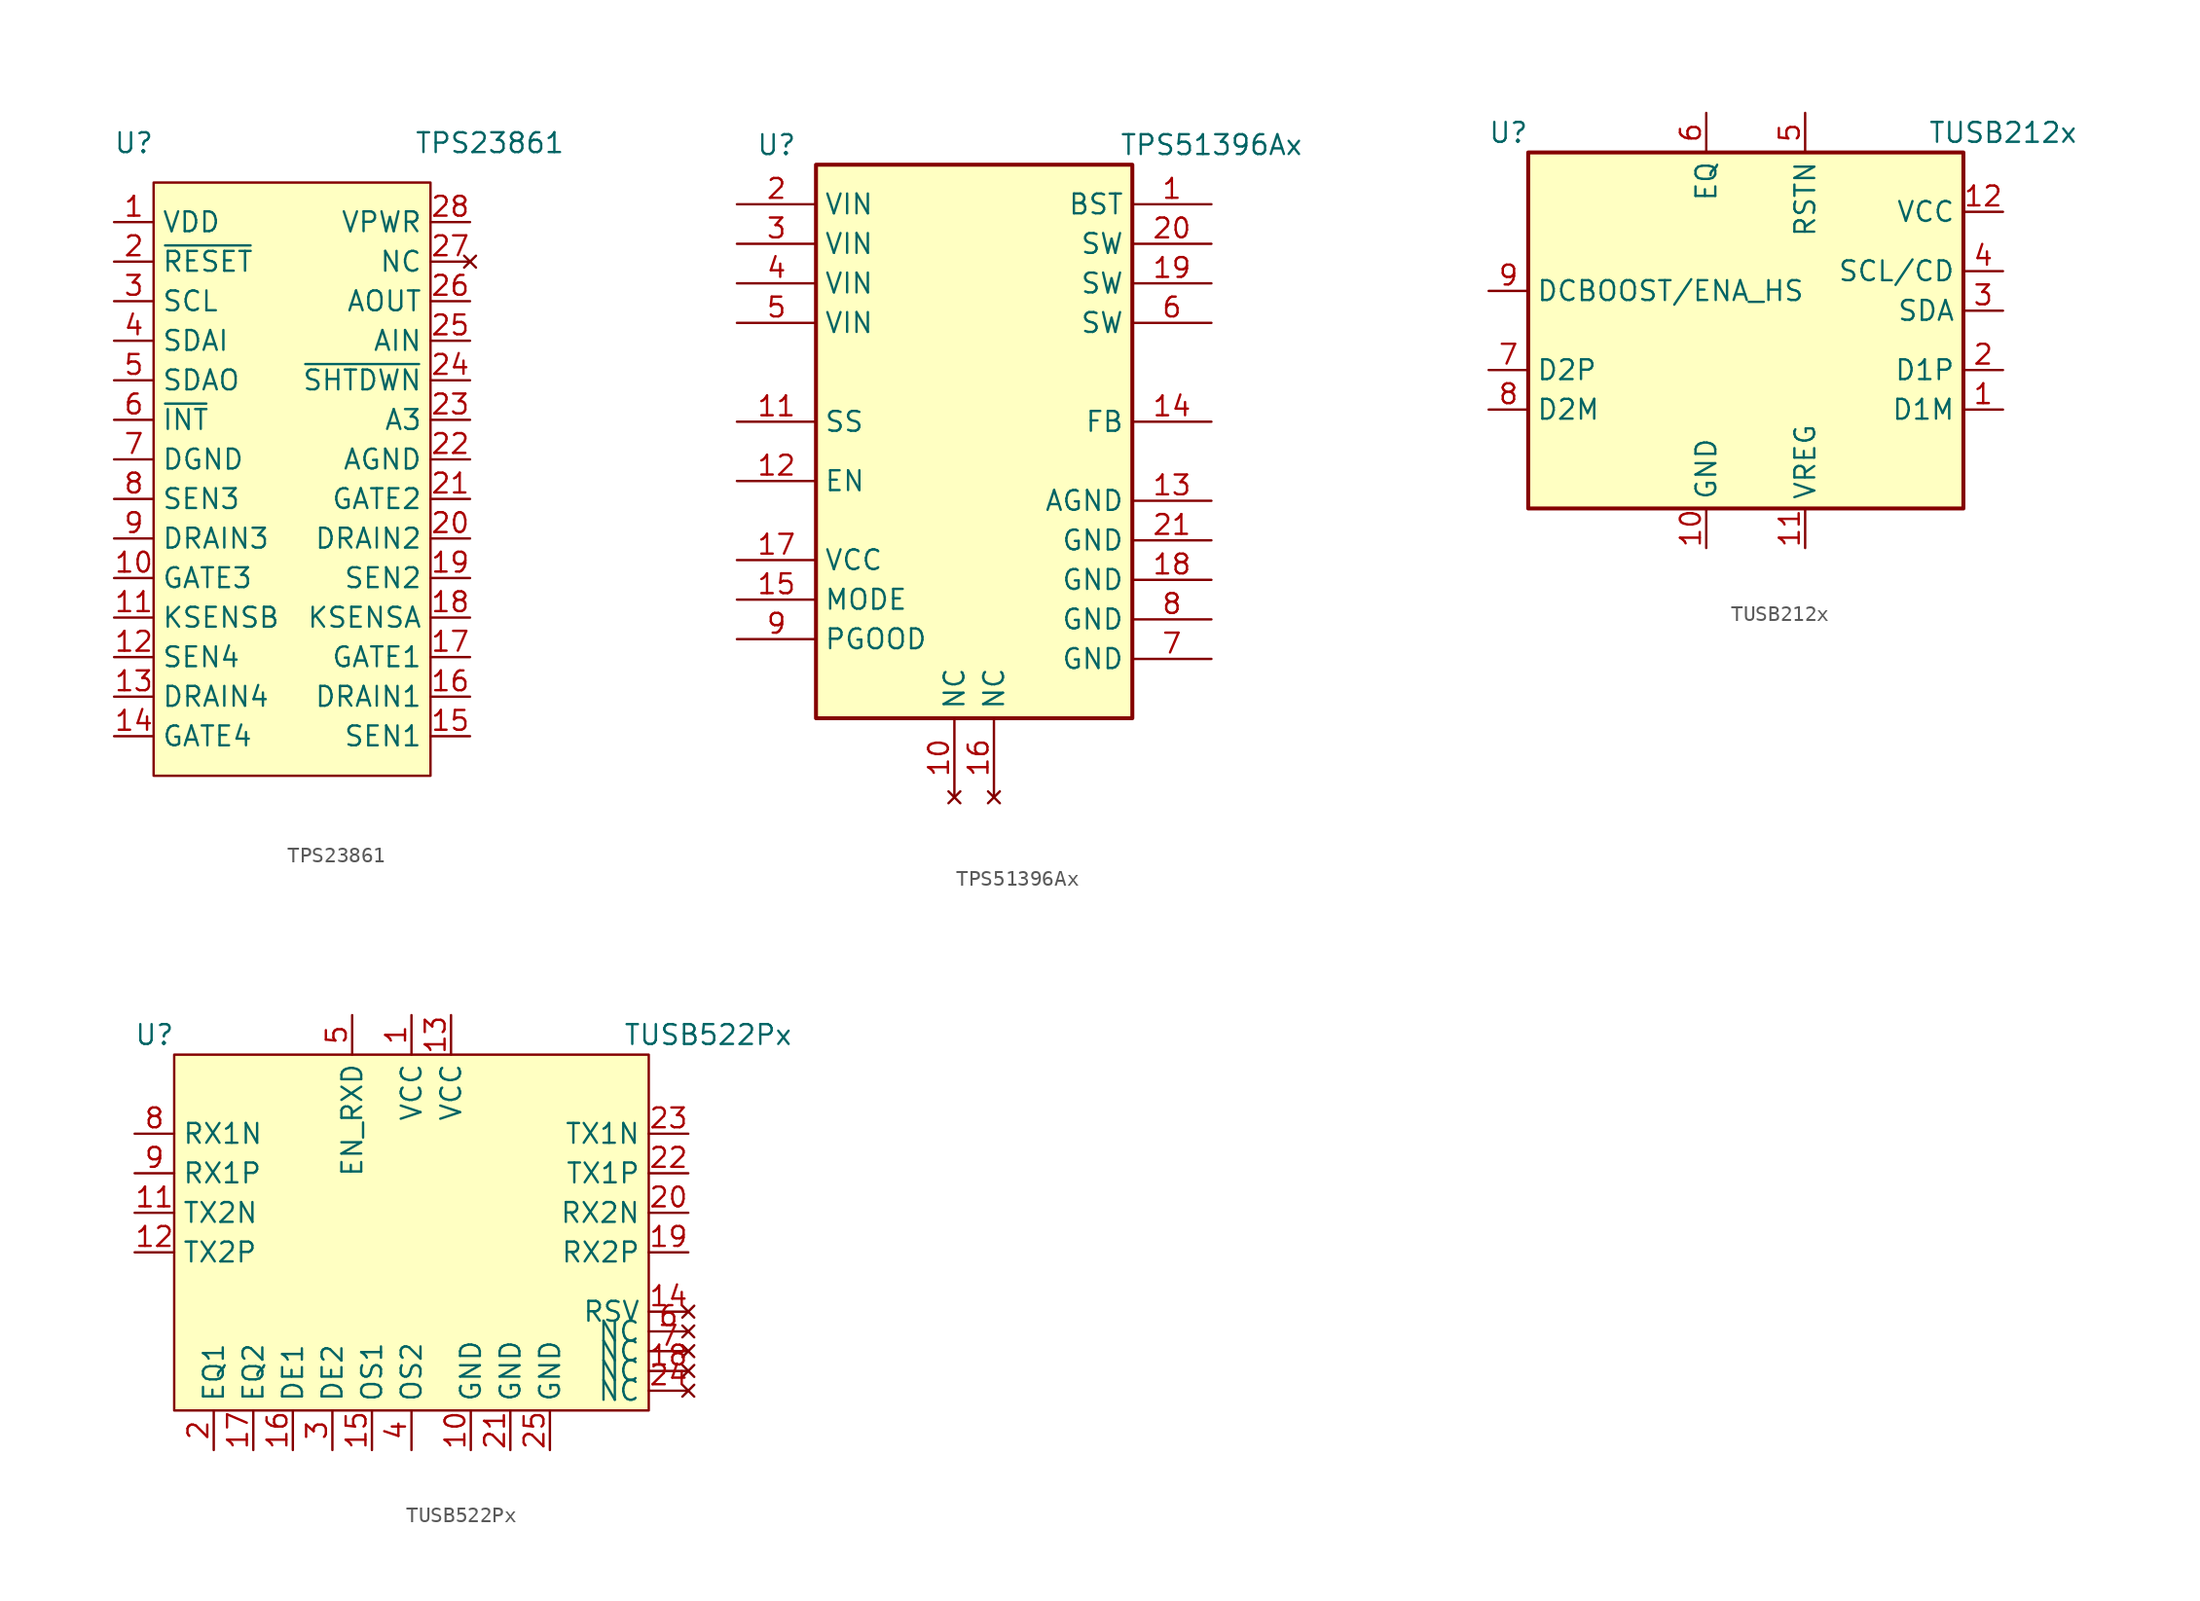
<source format=kicad_sym>
(kicad_symbol_lib
  (version 20231120)
  (generator "kicad_symbol_editor")
  (generator_version "8.0")
  (symbol "TPS23861"
    (property "Reference" "U"
      (at -10.16 21.59 0)
      (effects (font (size 1.27 1.27))))
    (property "Value" "TPS23861"
      (at 12.7 21.59 0)
      (effects (font (size 1.27 1.27))))
    (symbol "TPS23861_1_1"
      (rectangle (start -8.89 19.05) (end 8.89 -19.05) (stroke (width 0) (type default)) (fill (type background)))
      (pin power_in line (at -11.43 16.51 0) (length 2.54) (name "VDD" (effects (font (size 1.27 1.27)))) (number "1" (effects (font (size 1.27 1.27)))))
      (pin output line (at -11.43 -6.35 0) (length 2.54) (name "GATE3" (effects (font (size 1.27 1.27)))) (number "10" (effects (font (size 1.27 1.27)))))
      (pin input line (at -11.43 -8.89 0) (length 2.54) (name "KSENSB" (effects (font (size 1.27 1.27)))) (number "11" (effects (font (size 1.27 1.27)))))
      (pin input line (at -11.43 -11.43 0) (length 2.54) (name "SEN4" (effects (font (size 1.27 1.27)))) (number "12" (effects (font (size 1.27 1.27)))))
      (pin input line (at -11.43 -13.97 0) (length 2.54) (name "DRAIN4" (effects (font (size 1.27 1.27)))) (number "13" (effects (font (size 1.27 1.27)))))
      (pin output line (at -11.43 -16.51 0) (length 2.54) (name "GATE4" (effects (font (size 1.27 1.27)))) (number "14" (effects (font (size 1.27 1.27)))))
      (pin input line (at 11.43 -16.51 180) (length 2.54) (name "SEN1" (effects (font (size 1.27 1.27)))) (number "15" (effects (font (size 1.27 1.27)))))
      (pin input line (at 11.43 -13.97 180) (length 2.54) (name "DRAIN1" (effects (font (size 1.27 1.27)))) (number "16" (effects (font (size 1.27 1.27)))))
      (pin output line (at 11.43 -11.43 180) (length 2.54) (name "GATE1" (effects (font (size 1.27 1.27)))) (number "17" (effects (font (size 1.27 1.27)))))
      (pin input line (at 11.43 -8.89 180) (length 2.54) (name "KSENSA" (effects (font (size 1.27 1.27)))) (number "18" (effects (font (size 1.27 1.27)))))
      (pin input line (at 11.43 -6.35 180) (length 2.54) (name "SEN2" (effects (font (size 1.27 1.27)))) (number "19" (effects (font (size 1.27 1.27)))))
      (pin input line (at -11.43 13.97 0) (length 2.54) (name "~{RESET}" (effects (font (size 1.27 1.27)))) (number "2" (effects (font (size 1.27 1.27)))))
      (pin input line (at 11.43 -3.81 180) (length 2.54) (name "DRAIN2" (effects (font (size 1.27 1.27)))) (number "20" (effects (font (size 1.27 1.27)))))
      (pin output line (at 11.43 -1.27 180) (length 2.54) (name "GATE2" (effects (font (size 1.27 1.27)))) (number "21" (effects (font (size 1.27 1.27)))))
      (pin power_in line (at 11.43 1.27 180) (length 2.54) (name "AGND" (effects (font (size 1.27 1.27)))) (number "22" (effects (font (size 1.27 1.27)))))
      (pin input line (at 11.43 3.81 180) (length 2.54) (name "A3" (effects (font (size 1.27 1.27)))) (number "23" (effects (font (size 1.27 1.27)))))
      (pin input line (at 11.43 6.35 180) (length 2.54) (name "~{SHTDWN}" (effects (font (size 1.27 1.27)))) (number "24" (effects (font (size 1.27 1.27)))))
      (pin input line (at 11.43 8.89 180) (length 2.54) (name "AIN" (effects (font (size 1.27 1.27)))) (number "25" (effects (font (size 1.27 1.27)))))
      (pin output line (at 11.43 11.43 180) (length 2.54) (name "AOUT" (effects (font (size 1.27 1.27)))) (number "26" (effects (font (size 1.27 1.27)))))
      (pin no_connect line (at 11.43 13.97 180) (length 2.54) (name "NC" (effects (font (size 1.27 1.27)))) (number "27" (effects (font (size 1.27 1.27)))))
      (pin power_in line (at 11.43 16.51 180) (length 2.54) (name "VPWR" (effects (font (size 1.27 1.27)))) (number "28" (effects (font (size 1.27 1.27)))))
      (pin input line (at -11.43 11.43 0) (length 2.54) (name "SCL" (effects (font (size 1.27 1.27)))) (number "3" (effects (font (size 1.27 1.27)))))
      (pin input line (at -11.43 8.89 0) (length 2.54) (name "SDAI" (effects (font (size 1.27 1.27)))) (number "4" (effects (font (size 1.27 1.27)))))
      (pin output line (at -11.43 6.35 0) (length 2.54) (name "SDAO" (effects (font (size 1.27 1.27)))) (number "5" (effects (font (size 1.27 1.27)))))
      (pin output line (at -11.43 3.81 0) (length 2.54) (name "~{INT}" (effects (font (size 1.27 1.27)))) (number "6" (effects (font (size 1.27 1.27)))))
      (pin power_in line (at -11.43 1.27 0) (length 2.54) (name "DGND" (effects (font (size 1.27 1.27)))) (number "7" (effects (font (size 1.27 1.27)))))
      (pin input line (at -11.43 -1.27 0) (length 2.54) (name "SEN3" (effects (font (size 1.27 1.27)))) (number "8" (effects (font (size 1.27 1.27)))))
      (pin input line (at -11.43 -3.81 0) (length 2.54) (name "DRAIN3" (effects (font (size 1.27 1.27)))) (number "9" (effects (font (size 1.27 1.27)))))))
  (symbol "TPS51396Ax"
    (property "Reference" "U"
      (at -12.7 19.05 0)
      (effects (font (size 1.27 1.27))))
    (property "Value" "TPS51396Ax"
      (at 15.24 19.05 0)
      (effects (font (size 1.27 1.27))))
    (symbol "TPS51396Ax_1_1"
      (rectangle (start -10.16 17.78) (end 10.16 -17.78) (stroke (width 0.254) (type default)) (fill (type background)))
      (pin input line (at 15.24 15.24 180) (length 5.08) (name "BST" (effects (font (size 1.27 1.27)))) (number "1" (effects (font (size 1.27 1.27)))))
      (pin no_connect line (at -1.27 -22.86 90) (length 5.08) (name "NC" (effects (font (size 1.27 1.27)))) (number "10" (effects (font (size 1.27 1.27)))))
      (pin input line (at -15.24 1.27 0) (length 5.08) (name "SS" (effects (font (size 1.27 1.27)))) (number "11" (effects (font (size 1.27 1.27)))))
      (pin input line (at -15.24 -2.54 0) (length 5.08) (name "EN" (effects (font (size 1.27 1.27)))) (number "12" (effects (font (size 1.27 1.27)))))
      (pin power_in line (at 15.24 -3.81 180) (length 5.08) (name "AGND" (effects (font (size 1.27 1.27)))) (number "13" (effects (font (size 1.27 1.27)))))
      (pin input line (at 15.24 1.27 180) (length 5.08) (name "FB" (effects (font (size 1.27 1.27)))) (number "14" (effects (font (size 1.27 1.27)))))
      (pin input line (at -15.24 -10.16 0) (length 5.08) (name "MODE" (effects (font (size 1.27 1.27)))) (number "15" (effects (font (size 1.27 1.27)))))
      (pin no_connect line (at 1.27 -22.86 90) (length 5.08) (name "NC" (effects (font (size 1.27 1.27)))) (number "16" (effects (font (size 1.27 1.27)))))
      (pin power_out line (at -15.24 -7.62 0) (length 5.08) (name "VCC" (effects (font (size 1.27 1.27)))) (number "17" (effects (font (size 1.27 1.27)))))
      (pin power_in line (at 15.24 -8.89 180) (length 5.08) (name "GND" (effects (font (size 1.27 1.27)))) (number "18" (effects (font (size 1.27 1.27)))))
      (pin output line (at 15.24 10.16 180) (length 5.08) (name "SW" (effects (font (size 1.27 1.27)))) (number "19" (effects (font (size 1.27 1.27)))))
      (pin power_in line (at -15.24 15.24 0) (length 5.08) (name "VIN" (effects (font (size 1.27 1.27)))) (number "2" (effects (font (size 1.27 1.27)))))
      (pin output line (at 15.24 12.7 180) (length 5.08) (name "SW" (effects (font (size 1.27 1.27)))) (number "20" (effects (font (size 1.27 1.27)))))
      (pin power_in line (at 15.24 -6.35 180) (length 5.08) (name "GND" (effects (font (size 1.27 1.27)))) (number "21" (effects (font (size 1.27 1.27)))))
      (pin power_in line (at -15.24 12.7 0) (length 5.08) (name "VIN" (effects (font (size 1.27 1.27)))) (number "3" (effects (font (size 1.27 1.27)))))
      (pin power_in line (at -15.24 10.16 0) (length 5.08) (name "VIN" (effects (font (size 1.27 1.27)))) (number "4" (effects (font (size 1.27 1.27)))))
      (pin power_in line (at -15.24 7.62 0) (length 5.08) (name "VIN" (effects (font (size 1.27 1.27)))) (number "5" (effects (font (size 1.27 1.27)))))
      (pin output line (at 15.24 7.62 180) (length 5.08) (name "SW" (effects (font (size 1.27 1.27)))) (number "6" (effects (font (size 1.27 1.27)))))
      (pin power_in line (at 15.24 -13.97 180) (length 5.08) (name "GND" (effects (font (size 1.27 1.27)))) (number "7" (effects (font (size 1.27 1.27)))))
      (pin power_in line (at 15.24 -11.43 180) (length 5.08) (name "GND" (effects (font (size 1.27 1.27)))) (number "8" (effects (font (size 1.27 1.27)))))
      (pin output line (at -15.24 -12.7 0) (length 5.08) (name "PGOOD" (effects (font (size 1.27 1.27)))) (number "9" (effects (font (size 1.27 1.27)))))))
  (symbol "TUSB212x"
    (property "Reference" "U"
      (at -15.24 12.7 0)
      (effects (font (size 1.27 1.27))))
    (property "Value" "TUSB212x"
      (at 16.51 12.7 0)
      (effects (font (size 1.27 1.27))))
    (symbol "TUSB212x_1_1"
      (rectangle (start -13.97 11.43) (end 13.97 -11.43) (stroke (width 0.254) (type default)) (fill (type background)))
      (pin bidirectional line (at 16.51 -5.08 180) (length 2.54) (name "D1M" (effects (font (size 1.27 1.27)))) (number "1" (effects (font (size 1.27 1.27)))))
      (pin power_in line (at -2.54 -13.97 90) (length 2.54) (name "GND" (effects (font (size 1.27 1.27)))) (number "10" (effects (font (size 1.27 1.27)))))
      (pin output line (at 3.81 -13.97 90) (length 2.54) (name "VREG" (effects (font (size 1.27 1.27)))) (number "11" (effects (font (size 1.27 1.27)))))
      (pin power_in line (at 16.51 7.62 180) (length 2.54) (name "VCC" (effects (font (size 1.27 1.27)))) (number "12" (effects (font (size 1.27 1.27)))))
      (pin bidirectional line (at 16.51 -2.54 180) (length 2.54) (name "D1P" (effects (font (size 1.27 1.27)))) (number "2" (effects (font (size 1.27 1.27)))))
      (pin bidirectional line (at 16.51 1.27 180) (length 2.54) (name "SDA" (effects (font (size 1.27 1.27)))) (number "3" (effects (font (size 1.27 1.27)))))
      (pin bidirectional line (at 16.51 3.81 180) (length 2.54) (name "SCL/CD" (effects (font (size 1.27 1.27)))) (number "4" (effects (font (size 1.27 1.27)))))
      (pin input line (at 3.81 13.97 270) (length 2.54) (name "RSTN" (effects (font (size 1.27 1.27)))) (number "5" (effects (font (size 1.27 1.27)))))
      (pin input line (at -2.54 13.97 270) (length 2.54) (name "EQ" (effects (font (size 1.27 1.27)))) (number "6" (effects (font (size 1.27 1.27)))))
      (pin bidirectional line (at -16.51 -2.54 0) (length 2.54) (name "D2P" (effects (font (size 1.27 1.27)))) (number "7" (effects (font (size 1.27 1.27)))))
      (pin bidirectional line (at -16.51 -5.08 0) (length 2.54) (name "D2M" (effects (font (size 1.27 1.27)))) (number "8" (effects (font (size 1.27 1.27)))))
      (pin bidirectional line (at -16.51 2.54 0) (length 2.54) (name "DCBOOST/ENA_HS" (effects (font (size 1.27 1.27)))) (number "9" (effects (font (size 1.27 1.27)))))))
  (symbol "TUSB522Px"
    (property "Reference" "U"
      (at -16.51 12.7 0)
      (effects (font (size 1.27 1.27))))
    (property "Value" "TUSB522Px"
      (at 19.05 12.7 0)
      (effects (font (size 1.27 1.27))))
    (symbol "TUSB522Px_1_1"
      (rectangle (start -15.24 11.43) (end 15.24 -11.43) (stroke (width 0) (type default)) (fill (type background)))
      (pin power_in line (at 0 13.97 270) (length 2.54) (name "VCC" (effects (font (size 1.27 1.27)))) (number "1" (effects (font (size 1.27 1.27)))))
      (pin power_in line (at 3.81 -13.97 90) (length 2.54) (name "GND" (effects (font (size 1.27 1.27)))) (number "10" (effects (font (size 1.27 1.27)))))
      (pin output line (at -17.78 1.27 0) (length 2.54) (name "TX2N" (effects (font (size 1.27 1.27)))) (number "11" (effects (font (size 1.27 1.27)))))
      (pin output line (at -17.78 -1.27 0) (length 2.54) (name "TX2P" (effects (font (size 1.27 1.27)))) (number "12" (effects (font (size 1.27 1.27)))))
      (pin power_in line (at 2.54 13.97 270) (length 2.54) (name "VCC" (effects (font (size 1.27 1.27)))) (number "13" (effects (font (size 1.27 1.27)))))
      (pin no_connect line (at 17.78 -5.08 180) (length 2.54) (name "RSV" (effects (font (size 1.27 1.27)))) (number "14" (effects (font (size 1.27 1.27)))))
      (pin input line (at -2.54 -13.97 90) (length 2.54) (name "OS1" (effects (font (size 1.27 1.27)))) (number "15" (effects (font (size 1.27 1.27)))))
      (pin input line (at -7.62 -13.97 90) (length 2.54) (name "DE1" (effects (font (size 1.27 1.27)))) (number "16" (effects (font (size 1.27 1.27)))))
      (pin input line (at -10.16 -13.97 90) (length 2.54) (name "EQ2" (effects (font (size 1.27 1.27)))) (number "17" (effects (font (size 1.27 1.27)))))
      (pin no_connect line (at 17.78 -8.89 180) (length 2.54) (name "NC" (effects (font (size 1.27 1.27)))) (number "18" (effects (font (size 1.27 1.27)))))
      (pin input line (at 17.78 -1.27 180) (length 2.54) (name "RX2P" (effects (font (size 1.27 1.27)))) (number "19" (effects (font (size 1.27 1.27)))))
      (pin input line (at -12.7 -13.97 90) (length 2.54) (name "EQ1" (effects (font (size 1.27 1.27)))) (number "2" (effects (font (size 1.27 1.27)))))
      (pin input line (at 17.78 1.27 180) (length 2.54) (name "RX2N" (effects (font (size 1.27 1.27)))) (number "20" (effects (font (size 1.27 1.27)))))
      (pin power_in line (at 6.35 -13.97 90) (length 2.54) (name "GND" (effects (font (size 1.27 1.27)))) (number "21" (effects (font (size 1.27 1.27)))))
      (pin output line (at 17.78 3.81 180) (length 2.54) (name "TX1P" (effects (font (size 1.27 1.27)))) (number "22" (effects (font (size 1.27 1.27)))))
      (pin output line (at 17.78 6.35 180) (length 2.54) (name "TX1N" (effects (font (size 1.27 1.27)))) (number "23" (effects (font (size 1.27 1.27)))))
      (pin no_connect line (at 17.78 -10.16 180) (length 2.54) (name "NC" (effects (font (size 1.27 1.27)))) (number "24" (effects (font (size 1.27 1.27)))))
      (pin power_in line (at 8.89 -13.97 90) (length 2.54) (name "GND" (effects (font (size 1.27 1.27)))) (number "25" (effects (font (size 1.27 1.27)))))
      (pin input line (at -5.08 -13.97 90) (length 2.54) (name "DE2" (effects (font (size 1.27 1.27)))) (number "3" (effects (font (size 1.27 1.27)))))
      (pin input line (at 0 -13.97 90) (length 2.54) (name "OS2" (effects (font (size 1.27 1.27)))) (number "4" (effects (font (size 1.27 1.27)))))
      (pin input line (at -3.81 13.97 270) (length 2.54) (name "EN_RXD" (effects (font (size 1.27 1.27)))) (number "5" (effects (font (size 1.27 1.27)))))
      (pin no_connect line (at 17.78 -6.35 180) (length 2.54) (name "NC" (effects (font (size 1.27 1.27)))) (number "6" (effects (font (size 1.27 1.27)))))
      (pin no_connect line (at 17.78 -7.62 180) (length 2.54) (name "NC" (effects (font (size 1.27 1.27)))) (number "7" (effects (font (size 1.27 1.27)))))
      (pin input line (at -17.78 6.35 0) (length 2.54) (name "RX1N" (effects (font (size 1.27 1.27)))) (number "8" (effects (font (size 1.27 1.27)))))
      (pin input line (at -17.78 3.81 0) (length 2.54) (name "RX1P" (effects (font (size 1.27 1.27)))) (number "9" (effects (font (size 1.27 1.27))))))))
</source>
